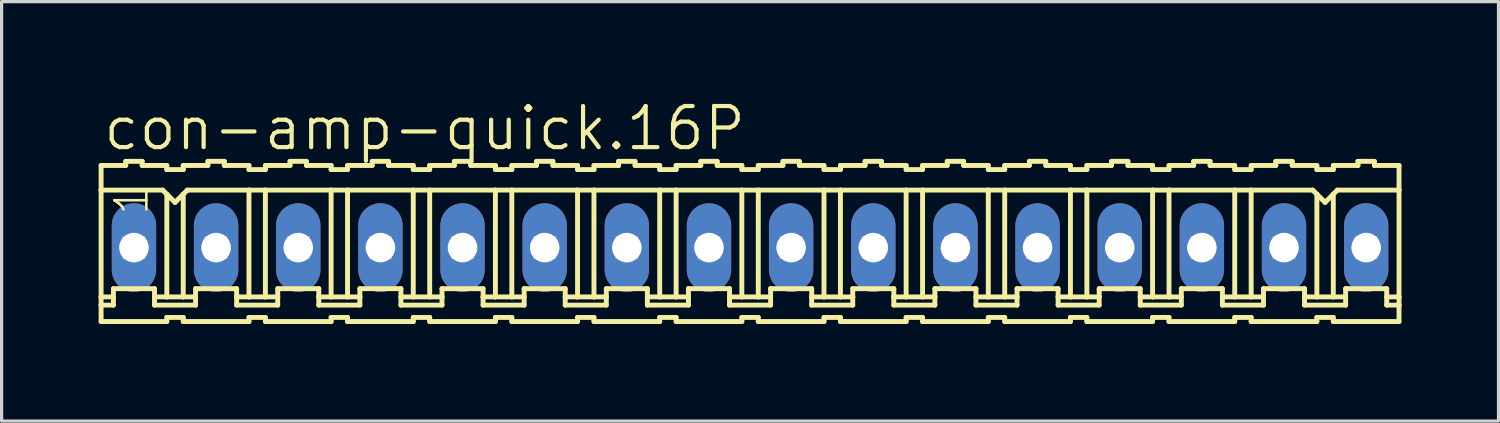
<source format=kicad_pcb>
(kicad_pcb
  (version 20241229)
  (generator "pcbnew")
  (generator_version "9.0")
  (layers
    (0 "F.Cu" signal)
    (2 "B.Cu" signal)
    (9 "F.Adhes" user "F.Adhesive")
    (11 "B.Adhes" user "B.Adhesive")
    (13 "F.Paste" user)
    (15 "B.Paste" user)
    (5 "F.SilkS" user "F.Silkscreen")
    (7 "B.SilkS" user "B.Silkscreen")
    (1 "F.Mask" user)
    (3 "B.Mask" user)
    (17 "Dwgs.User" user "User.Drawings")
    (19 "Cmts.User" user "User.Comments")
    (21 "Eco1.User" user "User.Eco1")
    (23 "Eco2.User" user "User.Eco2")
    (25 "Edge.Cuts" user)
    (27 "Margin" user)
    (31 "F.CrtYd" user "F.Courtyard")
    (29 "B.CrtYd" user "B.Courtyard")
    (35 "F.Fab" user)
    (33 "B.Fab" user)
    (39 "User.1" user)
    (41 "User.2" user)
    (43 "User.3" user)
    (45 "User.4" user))
  (footprint "con-amp-quick.16P"
    (layer "F.Cu")
    (at 20.142 4.606)
    (property "Reference" "con-amp-quick.16P" (at -20.066 -2.946 0) (layer "F.SilkS") (effects (font (size 1.27 1.27) (thickness 0.13)) (justify left bottom)))
    (attr through_hole)
    (fp_line (start -20.066 -2.54) (end -20.066 -1.778) (stroke (width 0.152) (type default)) (layer "F.SilkS"))
    (fp_line (start -20.066 -2.54) (end -19.304 -2.54) (stroke (width 0.152) (type default)) (layer "F.SilkS"))
    (fp_line (start -20.066 -1.778) (end -20.066 1.524) (stroke (width 0.152) (type default)) (layer "F.SilkS"))
    (fp_line (start -20.066 1.524) (end -20.066 1.778) (stroke (width 0.152) (type default)) (layer "F.SilkS"))
    (fp_line (start -20.066 1.778) (end -20.066 2.286) (stroke (width 0.152) (type default)) (layer "F.SilkS"))
    (fp_line (start -20.066 1.778) (end -19.685 1.778) (stroke (width 0.152) (type default)) (layer "F.SilkS"))
    (fp_line (start -19.685 1.27) (end -18.415 1.27) (stroke (width 0.152) (type default)) (layer "F.SilkS"))
    (fp_line (start -19.685 1.524) (end -20.066 1.524) (stroke (width 0.152) (type default)) (layer "F.SilkS"))
    (fp_line (start -19.685 1.524) (end -19.685 1.27) (stroke (width 0.152) (type default)) (layer "F.SilkS"))
    (fp_line (start -19.685 1.778) (end -19.685 1.524) (stroke (width 0.152) (type default)) (layer "F.SilkS"))
    (fp_line (start -19.304 -2.54) (end -19.304 -2.667) (stroke (width 0.152) (type default)) (layer "F.SilkS"))
    (fp_line (start -18.796 -2.667) (end -19.304 -2.667) (stroke (width 0.152) (type default)) (layer "F.SilkS"))
    (fp_line (start -18.796 -2.54) (end -18.796 -2.667) (stroke (width 0.152) (type default)) (layer "F.SilkS"))
    (fp_line (start -18.415 1.524) (end -18.415 1.27) (stroke (width 0.152) (type default)) (layer "F.SilkS"))
    (fp_line (start -18.415 1.524) (end -18.034 1.524) (stroke (width 0.152) (type default)) (layer "F.SilkS"))
    (fp_line (start -18.415 1.778) (end -18.415 1.524) (stroke (width 0.152) (type default)) (layer "F.SilkS"))
    (fp_line (start -18.161 -1.778) (end -20.066 -1.778) (stroke (width 0.152) (type default)) (layer "F.SilkS"))
    (fp_line (start -18.161 -1.778) (end -18.034 -1.651) (stroke (width 0.152) (type default)) (layer "F.SilkS"))
    (fp_line (start -18.034 -2.54) (end -18.796 -2.54) (stroke (width 0.152) (type default)) (layer "F.SilkS"))
    (fp_line (start -18.034 -2.413) (end -18.034 -2.54) (stroke (width 0.152) (type default)) (layer "F.SilkS"))
    (fp_line (start -18.034 -2.413) (end -17.526 -2.413) (stroke (width 0.152) (type default)) (layer "F.SilkS"))
    (fp_line (start -18.034 -1.651) (end -18.034 1.524) (stroke (width 0.152) (type default)) (layer "F.SilkS"))
    (fp_line (start -18.034 -1.651) (end -17.78 -1.397) (stroke (width 0.152) (type default)) (layer "F.SilkS"))
    (fp_line (start -18.034 1.524) (end -17.526 1.524) (stroke (width 0.152) (type default)) (layer "F.SilkS"))
    (fp_line (start -18.034 2.159) (end -18.034 2.286) (stroke (width 0.152) (type default)) (layer "F.SilkS"))
    (fp_line (start -18.034 2.286) (end -20.066 2.286) (stroke (width 0.152) (type default)) (layer "F.SilkS"))
    (fp_line (start -17.78 -1.397) (end -17.526 -1.651) (stroke (width 0.152) (type default)) (layer "F.SilkS"))
    (fp_line (start -17.526 -2.54) (end -16.764 -2.54) (stroke (width 0.152) (type default)) (layer "F.SilkS"))
    (fp_line (start -17.526 -2.413) (end -17.526 -2.54) (stroke (width 0.152) (type default)) (layer "F.SilkS"))
    (fp_line (start -17.526 -1.651) (end -17.526 1.524) (stroke (width 0.152) (type default)) (layer "F.SilkS"))
    (fp_line (start -17.526 -1.651) (end -17.399 -1.778) (stroke (width 0.152) (type default)) (layer "F.SilkS"))
    (fp_line (start -17.526 1.524) (end -17.145 1.524) (stroke (width 0.152) (type default)) (layer "F.SilkS"))
    (fp_line (start -17.526 2.159) (end -18.034 2.159) (stroke (width 0.152) (type default)) (layer "F.SilkS"))
    (fp_line (start -17.526 2.159) (end -17.526 2.286) (stroke (width 0.152) (type default)) (layer "F.SilkS"))
    (fp_line (start -17.526 2.286) (end -15.494 2.286) (stroke (width 0.152) (type default)) (layer "F.SilkS"))
    (fp_line (start -17.399 -1.778) (end -15.494 -1.778) (stroke (width 0.152) (type default)) (layer "F.SilkS"))
    (fp_line (start -17.145 1.27) (end -15.875 1.27) (stroke (width 0.152) (type default)) (layer "F.SilkS"))
    (fp_line (start -17.145 1.524) (end -17.145 1.27) (stroke (width 0.152) (type default)) (layer "F.SilkS"))
    (fp_line (start -17.145 1.778) (end -18.415 1.778) (stroke (width 0.152) (type default)) (layer "F.SilkS"))
    (fp_line (start -17.145 1.778) (end -17.145 1.524) (stroke (width 0.152) (type default)) (layer "F.SilkS"))
    (fp_line (start -16.764 -2.54) (end -16.764 -2.667) (stroke (width 0.152) (type default)) (layer "F.SilkS"))
    (fp_line (start -16.256 -2.667) (end -16.764 -2.667) (stroke (width 0.152) (type default)) (layer "F.SilkS"))
    (fp_line (start -16.256 -2.54) (end -16.256 -2.667) (stroke (width 0.152) (type default)) (layer "F.SilkS"))
    (fp_line (start -16.256 -2.54) (end -15.494 -2.54) (stroke (width 0.152) (type default)) (layer "F.SilkS"))
    (fp_line (start -15.875 1.524) (end -15.875 1.27) (stroke (width 0.152) (type default)) (layer "F.SilkS"))
    (fp_line (start -15.875 1.524) (end -15.494 1.524) (stroke (width 0.152) (type default)) (layer "F.SilkS"))
    (fp_line (start -15.875 1.778) (end -15.875 1.524) (stroke (width 0.152) (type default)) (layer "F.SilkS"))
    (fp_line (start -15.875 1.778) (end -14.605 1.778) (stroke (width 0.152) (type default)) (layer "F.SilkS"))
    (fp_line (start -15.494 -2.413) (end -15.494 -2.54) (stroke (width 0.152) (type default)) (layer "F.SilkS"))
    (fp_line (start -15.494 -1.778) (end -15.494 1.524) (stroke (width 0.152) (type default)) (layer "F.SilkS"))
    (fp_line (start -15.494 -1.778) (end -14.986 -1.778) (stroke (width 0.152) (type default)) (layer "F.SilkS"))
    (fp_line (start -15.494 1.524) (end -14.986 1.524) (stroke (width 0.152) (type default)) (layer "F.SilkS"))
    (fp_line (start -15.494 2.159) (end -15.494 2.286) (stroke (width 0.152) (type default)) (layer "F.SilkS"))
    (fp_line (start -14.986 -2.54) (end -14.224 -2.54) (stroke (width 0.152) (type default)) (layer "F.SilkS"))
    (fp_line (start -14.986 -2.413) (end -15.494 -2.413) (stroke (width 0.152) (type default)) (layer "F.SilkS"))
    (fp_line (start -14.986 -2.413) (end -14.986 -2.54) (stroke (width 0.152) (type default)) (layer "F.SilkS"))
    (fp_line (start -14.986 -1.778) (end -14.986 1.524) (stroke (width 0.152) (type default)) (layer "F.SilkS"))
    (fp_line (start -14.986 -1.778) (end -12.954 -1.778) (stroke (width 0.152) (type default)) (layer "F.SilkS"))
    (fp_line (start -14.986 1.524) (end -14.605 1.524) (stroke (width 0.152) (type default)) (layer "F.SilkS"))
    (fp_line (start -14.986 2.159) (end -15.494 2.159) (stroke (width 0.152) (type default)) (layer "F.SilkS"))
    (fp_line (start -14.986 2.159) (end -14.986 2.286) (stroke (width 0.152) (type default)) (layer "F.SilkS"))
    (fp_line (start -14.605 1.27) (end -13.335 1.27) (stroke (width 0.152) (type default)) (layer "F.SilkS"))
    (fp_line (start -14.605 1.524) (end -14.605 1.27) (stroke (width 0.152) (type default)) (layer "F.SilkS"))
    (fp_line (start -14.605 1.778) (end -14.605 1.524) (stroke (width 0.152) (type default)) (layer "F.SilkS"))
    (fp_line (start -14.224 -2.54) (end -14.224 -2.667) (stroke (width 0.152) (type default)) (layer "F.SilkS"))
    (fp_line (start -13.716 -2.667) (end -14.224 -2.667) (stroke (width 0.152) (type default)) (layer "F.SilkS"))
    (fp_line (start -13.716 -2.54) (end -13.716 -2.667) (stroke (width 0.152) (type default)) (layer "F.SilkS"))
    (fp_line (start -13.716 -2.54) (end -12.954 -2.54) (stroke (width 0.152) (type default)) (layer "F.SilkS"))
    (fp_line (start -13.335 1.524) (end -13.335 1.27) (stroke (width 0.152) (type default)) (layer "F.SilkS"))
    (fp_line (start -13.335 1.524) (end -12.954 1.524) (stroke (width 0.152) (type default)) (layer "F.SilkS"))
    (fp_line (start -13.335 1.778) (end -13.335 1.524) (stroke (width 0.152) (type default)) (layer "F.SilkS"))
    (fp_line (start -12.954 -2.54) (end -12.954 -2.413) (stroke (width 0.152) (type default)) (layer "F.SilkS"))
    (fp_line (start -12.954 -1.778) (end -12.954 1.524) (stroke (width 0.152) (type default)) (layer "F.SilkS"))
    (fp_line (start -12.954 2.159) (end -12.954 2.286) (stroke (width 0.152) (type default)) (layer "F.SilkS"))
    (fp_line (start -12.954 2.286) (end -14.986 2.286) (stroke (width 0.152) (type default)) (layer "F.SilkS"))
    (fp_line (start -12.446 -2.54) (end -12.446 -2.413) (stroke (width 0.152) (type default)) (layer "F.SilkS"))
    (fp_line (start -12.446 -2.54) (end -11.684 -2.54) (stroke (width 0.152) (type default)) (layer "F.SilkS"))
    (fp_line (start -12.446 -2.413) (end -12.954 -2.413) (stroke (width 0.152) (type default)) (layer "F.SilkS"))
    (fp_line (start -12.446 -1.778) (end -12.954 -1.778) (stroke (width 0.152) (type default)) (layer "F.SilkS"))
    (fp_line (start -12.446 -1.778) (end -12.446 1.524) (stroke (width 0.152) (type default)) (layer "F.SilkS"))
    (fp_line (start -12.446 -1.778) (end -10.414 -1.778) (stroke (width 0.152) (type default)) (layer "F.SilkS"))
    (fp_line (start -12.446 1.524) (end -12.954 1.524) (stroke (width 0.152) (type default)) (layer "F.SilkS"))
    (fp_line (start -12.446 2.159) (end -12.954 2.159) (stroke (width 0.152) (type default)) (layer "F.SilkS"))
    (fp_line (start -12.446 2.159) (end -12.446 2.286) (stroke (width 0.152) (type default)) (layer "F.SilkS"))
    (fp_line (start -12.065 1.27) (end -10.795 1.27) (stroke (width 0.152) (type default)) (layer "F.SilkS"))
    (fp_line (start -12.065 1.524) (end -12.446 1.524) (stroke (width 0.152) (type default)) (layer "F.SilkS"))
    (fp_line (start -12.065 1.524) (end -12.065 1.27) (stroke (width 0.152) (type default)) (layer "F.SilkS"))
    (fp_line (start -12.065 1.778) (end -13.335 1.778) (stroke (width 0.152) (type default)) (layer "F.SilkS"))
    (fp_line (start -12.065 1.778) (end -12.065 1.524) (stroke (width 0.152) (type default)) (layer "F.SilkS"))
    (fp_line (start -11.684 -2.54) (end -11.684 -2.667) (stroke (width 0.152) (type default)) (layer "F.SilkS"))
    (fp_line (start -11.176 -2.667) (end -11.684 -2.667) (stroke (width 0.152) (type default)) (layer "F.SilkS"))
    (fp_line (start -11.176 -2.54) (end -11.176 -2.667) (stroke (width 0.152) (type default)) (layer "F.SilkS"))
    (fp_line (start -10.795 1.524) (end -10.795 1.27) (stroke (width 0.152) (type default)) (layer "F.SilkS"))
    (fp_line (start -10.795 1.524) (end -10.414 1.524) (stroke (width 0.152) (type default)) (layer "F.SilkS"))
    (fp_line (start -10.795 1.778) (end -10.795 1.524) (stroke (width 0.152) (type default)) (layer "F.SilkS"))
    (fp_line (start -10.414 -2.54) (end -11.176 -2.54) (stroke (width 0.152) (type default)) (layer "F.SilkS"))
    (fp_line (start -10.414 -2.413) (end -10.414 -2.54) (stroke (width 0.152) (type default)) (layer "F.SilkS"))
    (fp_line (start -10.414 -2.413) (end -9.906 -2.413) (stroke (width 0.152) (type default)) (layer "F.SilkS"))
    (fp_line (start -10.414 -1.778) (end -10.414 1.524) (stroke (width 0.152) (type default)) (layer "F.SilkS"))
    (fp_line (start -10.414 -1.778) (end -9.906 -1.778) (stroke (width 0.152) (type default)) (layer "F.SilkS"))
    (fp_line (start -10.414 1.524) (end -9.906 1.524) (stroke (width 0.152) (type default)) (layer "F.SilkS"))
    (fp_line (start -10.414 2.159) (end -10.414 2.286) (stroke (width 0.152) (type default)) (layer "F.SilkS"))
    (fp_line (start -10.414 2.286) (end -12.446 2.286) (stroke (width 0.152) (type default)) (layer "F.SilkS"))
    (fp_line (start -9.906 -2.54) (end -9.144 -2.54) (stroke (width 0.152) (type default)) (layer "F.SilkS"))
    (fp_line (start -9.906 -2.413) (end -9.906 -2.54) (stroke (width 0.152) (type default)) (layer "F.SilkS"))
    (fp_line (start -9.906 -1.778) (end -9.906 1.524) (stroke (width 0.152) (type default)) (layer "F.SilkS"))
    (fp_line (start -9.906 -1.778) (end -7.874 -1.778) (stroke (width 0.152) (type default)) (layer "F.SilkS"))
    (fp_line (start -9.906 1.524) (end -9.525 1.524) (stroke (width 0.152) (type default)) (layer "F.SilkS"))
    (fp_line (start -9.906 2.159) (end -10.414 2.159) (stroke (width 0.152) (type default)) (layer "F.SilkS"))
    (fp_line (start -9.906 2.159) (end -9.906 2.286) (stroke (width 0.152) (type default)) (layer "F.SilkS"))
    (fp_line (start -9.525 1.27) (end -8.255 1.27) (stroke (width 0.152) (type default)) (layer "F.SilkS"))
    (fp_line (start -9.525 1.524) (end -9.525 1.27) (stroke (width 0.152) (type default)) (layer "F.SilkS"))
    (fp_line (start -9.525 1.778) (end -10.795 1.778) (stroke (width 0.152) (type default)) (layer "F.SilkS"))
    (fp_line (start -9.525 1.778) (end -9.525 1.524) (stroke (width 0.152) (type default)) (layer "F.SilkS"))
    (fp_line (start -9.144 -2.54) (end -9.144 -2.667) (stroke (width 0.152) (type default)) (layer "F.SilkS"))
    (fp_line (start -8.636 -2.667) (end -9.144 -2.667) (stroke (width 0.152) (type default)) (layer "F.SilkS"))
    (fp_line (start -8.636 -2.54) (end -8.636 -2.667) (stroke (width 0.152) (type default)) (layer "F.SilkS"))
    (fp_line (start -8.255 1.524) (end -8.255 1.27) (stroke (width 0.152) (type default)) (layer "F.SilkS"))
    (fp_line (start -8.255 1.524) (end -7.874 1.524) (stroke (width 0.152) (type default)) (layer "F.SilkS"))
    (fp_line (start -8.255 1.778) (end -8.255 1.524) (stroke (width 0.152) (type default)) (layer "F.SilkS"))
    (fp_line (start -7.874 -2.54) (end -8.636 -2.54) (stroke (width 0.152) (type default)) (layer "F.SilkS"))
    (fp_line (start -7.874 -2.413) (end -7.874 -2.54) (stroke (width 0.152) (type default)) (layer "F.SilkS"))
    (fp_line (start -7.874 -2.413) (end -7.366 -2.413) (stroke (width 0.152) (type default)) (layer "F.SilkS"))
    (fp_line (start -7.874 -1.778) (end -7.874 1.524) (stroke (width 0.152) (type default)) (layer "F.SilkS"))
    (fp_line (start -7.874 -1.778) (end -7.366 -1.778) (stroke (width 0.152) (type default)) (layer "F.SilkS"))
    (fp_line (start -7.874 1.524) (end -7.366 1.524) (stroke (width 0.152) (type default)) (layer "F.SilkS"))
    (fp_line (start -7.874 2.159) (end -7.874 2.286) (stroke (width 0.152) (type default)) (layer "F.SilkS"))
    (fp_line (start -7.874 2.286) (end -9.906 2.286) (stroke (width 0.152) (type default)) (layer "F.SilkS"))
    (fp_line (start -7.366 -2.54) (end -6.604 -2.54) (stroke (width 0.152) (type default)) (layer "F.SilkS"))
    (fp_line (start -7.366 -2.413) (end -7.366 -2.54) (stroke (width 0.152) (type default)) (layer "F.SilkS"))
    (fp_line (start -7.366 -1.778) (end -7.366 1.524) (stroke (width 0.152) (type default)) (layer "F.SilkS"))
    (fp_line (start -7.366 -1.778) (end -5.334 -1.778) (stroke (width 0.152) (type default)) (layer "F.SilkS"))
    (fp_line (start -7.366 1.524) (end -6.985 1.524) (stroke (width 0.152) (type default)) (layer "F.SilkS"))
    (fp_line (start -7.366 2.159) (end -7.874 2.159) (stroke (width 0.152) (type default)) (layer "F.SilkS"))
    (fp_line (start -7.366 2.159) (end -7.366 2.286) (stroke (width 0.152) (type default)) (layer "F.SilkS"))
    (fp_line (start -6.985 1.27) (end -5.715 1.27) (stroke (width 0.152) (type default)) (layer "F.SilkS"))
    (fp_line (start -6.985 1.524) (end -6.985 1.27) (stroke (width 0.152) (type default)) (layer "F.SilkS"))
    (fp_line (start -6.985 1.778) (end -8.255 1.778) (stroke (width 0.152) (type default)) (layer "F.SilkS"))
    (fp_line (start -6.985 1.778) (end -6.985 1.524) (stroke (width 0.152) (type default)) (layer "F.SilkS"))
    (fp_line (start -6.604 -2.54) (end -6.604 -2.667) (stroke (width 0.152) (type default)) (layer "F.SilkS"))
    (fp_line (start -6.096 -2.667) (end -6.604 -2.667) (stroke (width 0.152) (type default)) (layer "F.SilkS"))
    (fp_line (start -6.096 -2.54) (end -6.096 -2.667) (stroke (width 0.152) (type default)) (layer "F.SilkS"))
    (fp_line (start -5.715 1.524) (end -5.715 1.27) (stroke (width 0.152) (type default)) (layer "F.SilkS"))
    (fp_line (start -5.715 1.524) (end -5.334 1.524) (stroke (width 0.152) (type default)) (layer "F.SilkS"))
    (fp_line (start -5.715 1.778) (end -5.715 1.524) (stroke (width 0.152) (type default)) (layer "F.SilkS"))
    (fp_line (start -5.334 -2.54) (end -6.096 -2.54) (stroke (width 0.152) (type default)) (layer "F.SilkS"))
    (fp_line (start -5.334 -2.413) (end -5.334 -2.54) (stroke (width 0.152) (type default)) (layer "F.SilkS"))
    (fp_line (start -5.334 -2.413) (end -4.826 -2.413) (stroke (width 0.152) (type default)) (layer "F.SilkS"))
    (fp_line (start -5.334 -1.778) (end -5.334 1.524) (stroke (width 0.152) (type default)) (layer "F.SilkS"))
    (fp_line (start -5.334 -1.778) (end -4.826 -1.778) (stroke (width 0.152) (type default)) (layer "F.SilkS"))
    (fp_line (start -5.334 1.524) (end -4.826 1.524) (stroke (width 0.152) (type default)) (layer "F.SilkS"))
    (fp_line (start -5.334 2.159) (end -5.334 2.286) (stroke (width 0.152) (type default)) (layer "F.SilkS"))
    (fp_line (start -5.334 2.286) (end -7.366 2.286) (stroke (width 0.152) (type default)) (layer "F.SilkS"))
    (fp_line (start -4.826 -2.54) (end -4.064 -2.54) (stroke (width 0.152) (type default)) (layer "F.SilkS"))
    (fp_line (start -4.826 -2.413) (end -4.826 -2.54) (stroke (width 0.152) (type default)) (layer "F.SilkS"))
    (fp_line (start -4.826 -1.778) (end -4.826 1.524) (stroke (width 0.152) (type default)) (layer "F.SilkS"))
    (fp_line (start -4.826 -1.778) (end -2.794 -1.778) (stroke (width 0.152) (type default)) (layer "F.SilkS"))
    (fp_line (start -4.826 1.524) (end -4.445 1.524) (stroke (width 0.152) (type default)) (layer "F.SilkS"))
    (fp_line (start -4.826 2.159) (end -5.334 2.159) (stroke (width 0.152) (type default)) (layer "F.SilkS"))
    (fp_line (start -4.826 2.159) (end -4.826 2.286) (stroke (width 0.152) (type default)) (layer "F.SilkS"))
    (fp_line (start -4.445 1.27) (end -3.175 1.27) (stroke (width 0.152) (type default)) (layer "F.SilkS"))
    (fp_line (start -4.445 1.524) (end -4.445 1.27) (stroke (width 0.152) (type default)) (layer "F.SilkS"))
    (fp_line (start -4.445 1.778) (end -5.715 1.778) (stroke (width 0.152) (type default)) (layer "F.SilkS"))
    (fp_line (start -4.445 1.778) (end -4.445 1.524) (stroke (width 0.152) (type default)) (layer "F.SilkS"))
    (fp_line (start -4.064 -2.54) (end -4.064 -2.667) (stroke (width 0.152) (type default)) (layer "F.SilkS"))
    (fp_line (start -3.556 -2.667) (end -4.064 -2.667) (stroke (width 0.152) (type default)) (layer "F.SilkS"))
    (fp_line (start -3.556 -2.54) (end -3.556 -2.667) (stroke (width 0.152) (type default)) (layer "F.SilkS"))
    (fp_line (start -3.175 1.524) (end -3.175 1.27) (stroke (width 0.152) (type default)) (layer "F.SilkS"))
    (fp_line (start -3.175 1.524) (end -2.794 1.524) (stroke (width 0.152) (type default)) (layer "F.SilkS"))
    (fp_line (start -3.175 1.778) (end -3.175 1.524) (stroke (width 0.152) (type default)) (layer "F.SilkS"))
    (fp_line (start -2.794 -2.54) (end -3.556 -2.54) (stroke (width 0.152) (type default)) (layer "F.SilkS"))
    (fp_line (start -2.794 -2.413) (end -2.794 -2.54) (stroke (width 0.152) (type default)) (layer "F.SilkS"))
    (fp_line (start -2.794 -2.413) (end -2.286 -2.413) (stroke (width 0.152) (type default)) (layer "F.SilkS"))
    (fp_line (start -2.794 -1.778) (end -2.794 1.524) (stroke (width 0.152) (type default)) (layer "F.SilkS"))
    (fp_line (start -2.794 -1.778) (end -2.286 -1.778) (stroke (width 0.152) (type default)) (layer "F.SilkS"))
    (fp_line (start -2.794 1.524) (end -2.286 1.524) (stroke (width 0.152) (type default)) (layer "F.SilkS"))
    (fp_line (start -2.794 2.159) (end -2.794 2.286) (stroke (width 0.152) (type default)) (layer "F.SilkS"))
    (fp_line (start -2.794 2.286) (end -4.826 2.286) (stroke (width 0.152) (type default)) (layer "F.SilkS"))
    (fp_line (start -2.286 -2.54) (end -1.524 -2.54) (stroke (width 0.152) (type default)) (layer "F.SilkS"))
    (fp_line (start -2.286 -2.413) (end -2.286 -2.54) (stroke (width 0.152) (type default)) (layer "F.SilkS"))
    (fp_line (start -2.286 -1.778) (end -2.286 1.524) (stroke (width 0.152) (type default)) (layer "F.SilkS"))
    (fp_line (start -2.286 -1.778) (end -0.254 -1.778) (stroke (width 0.152) (type default)) (layer "F.SilkS"))
    (fp_line (start -2.286 1.524) (end -1.905 1.524) (stroke (width 0.152) (type default)) (layer "F.SilkS"))
    (fp_line (start -2.286 2.159) (end -2.794 2.159) (stroke (width 0.152) (type default)) (layer "F.SilkS"))
    (fp_line (start -2.286 2.159) (end -2.286 2.286) (stroke (width 0.152) (type default)) (layer "F.SilkS"))
    (fp_line (start -1.905 1.27) (end -0.635 1.27) (stroke (width 0.152) (type default)) (layer "F.SilkS"))
    (fp_line (start -1.905 1.524) (end -1.905 1.27) (stroke (width 0.152) (type default)) (layer "F.SilkS"))
    (fp_line (start -1.905 1.778) (end -3.175 1.778) (stroke (width 0.152) (type default)) (layer "F.SilkS"))
    (fp_line (start -1.905 1.778) (end -1.905 1.524) (stroke (width 0.152) (type default)) (layer "F.SilkS"))
    (fp_line (start -1.524 -2.54) (end -1.524 -2.667) (stroke (width 0.152) (type default)) (layer "F.SilkS"))
    (fp_line (start -1.016 -2.667) (end -1.524 -2.667) (stroke (width 0.152) (type default)) (layer "F.SilkS"))
    (fp_line (start -1.016 -2.54) (end -1.016 -2.667) (stroke (width 0.152) (type default)) (layer "F.SilkS"))
    (fp_line (start -0.635 1.524) (end -0.635 1.27) (stroke (width 0.152) (type default)) (layer "F.SilkS"))
    (fp_line (start -0.635 1.524) (end -0.254 1.524) (stroke (width 0.152) (type default)) (layer "F.SilkS"))
    (fp_line (start -0.635 1.778) (end -0.635 1.524) (stroke (width 0.152) (type default)) (layer "F.SilkS"))
    (fp_line (start -0.254 -2.54) (end -1.016 -2.54) (stroke (width 0.152) (type default)) (layer "F.SilkS"))
    (fp_line (start -0.254 -2.413) (end -0.254 -2.54) (stroke (width 0.152) (type default)) (layer "F.SilkS"))
    (fp_line (start -0.254 -2.413) (end 0.254 -2.413) (stroke (width 0.152) (type default)) (layer "F.SilkS"))
    (fp_line (start -0.254 -1.778) (end -0.254 1.524) (stroke (width 0.152) (type default)) (layer "F.SilkS"))
    (fp_line (start -0.254 -1.778) (end 0.254 -1.778) (stroke (width 0.152) (type default)) (layer "F.SilkS"))
    (fp_line (start -0.254 1.524) (end 0.254 1.524) (stroke (width 0.152) (type default)) (layer "F.SilkS"))
    (fp_line (start -0.254 2.159) (end -0.254 2.286) (stroke (width 0.152) (type default)) (layer "F.SilkS"))
    (fp_line (start -0.254 2.286) (end -2.286 2.286) (stroke (width 0.152) (type default)) (layer "F.SilkS"))
    (fp_line (start 0.254 -2.54) (end 1.016 -2.54) (stroke (width 0.152) (type default)) (layer "F.SilkS"))
    (fp_line (start 0.254 -2.413) (end 0.254 -2.54) (stroke (width 0.152) (type default)) (layer "F.SilkS"))
    (fp_line (start 0.254 -1.778) (end 0.254 1.524) (stroke (width 0.152) (type default)) (layer "F.SilkS"))
    (fp_line (start 0.254 -1.778) (end 2.286 -1.778) (stroke (width 0.152) (type default)) (layer "F.SilkS"))
    (fp_line (start 0.254 1.524) (end 0.635 1.524) (stroke (width 0.152) (type default)) (layer "F.SilkS"))
    (fp_line (start 0.254 2.159) (end -0.254 2.159) (stroke (width 0.152) (type default)) (layer "F.SilkS"))
    (fp_line (start 0.254 2.159) (end 0.254 2.286) (stroke (width 0.152) (type default)) (layer "F.SilkS"))
    (fp_line (start 0.635 1.27) (end 1.905 1.27) (stroke (width 0.152) (type default)) (layer "F.SilkS"))
    (fp_line (start 0.635 1.524) (end 0.635 1.27) (stroke (width 0.152) (type default)) (layer "F.SilkS"))
    (fp_line (start 0.635 1.778) (end -0.635 1.778) (stroke (width 0.152) (type default)) (layer "F.SilkS"))
    (fp_line (start 0.635 1.778) (end 0.635 1.524) (stroke (width 0.152) (type default)) (layer "F.SilkS"))
    (fp_line (start 1.016 -2.54) (end 1.016 -2.667) (stroke (width 0.152) (type default)) (layer "F.SilkS"))
    (fp_line (start 1.524 -2.667) (end 1.016 -2.667) (stroke (width 0.152) (type default)) (layer "F.SilkS"))
    (fp_line (start 1.524 -2.54) (end 1.524 -2.667) (stroke (width 0.152) (type default)) (layer "F.SilkS"))
    (fp_line (start 1.905 1.524) (end 1.905 1.27) (stroke (width 0.152) (type default)) (layer "F.SilkS"))
    (fp_line (start 1.905 1.524) (end 2.286 1.524) (stroke (width 0.152) (type default)) (layer "F.SilkS"))
    (fp_line (start 1.905 1.778) (end 1.905 1.524) (stroke (width 0.152) (type default)) (layer "F.SilkS"))
    (fp_line (start 2.286 -2.54) (end 1.524 -2.54) (stroke (width 0.152) (type default)) (layer "F.SilkS"))
    (fp_line (start 2.286 -2.413) (end 2.286 -2.54) (stroke (width 0.152) (type default)) (layer "F.SilkS"))
    (fp_line (start 2.286 -2.413) (end 2.794 -2.413) (stroke (width 0.152) (type default)) (layer "F.SilkS"))
    (fp_line (start 2.286 -1.778) (end 2.286 1.524) (stroke (width 0.152) (type default)) (layer "F.SilkS"))
    (fp_line (start 2.286 -1.778) (end 2.794 -1.778) (stroke (width 0.152) (type default)) (layer "F.SilkS"))
    (fp_line (start 2.286 1.524) (end 2.794 1.524) (stroke (width 0.152) (type default)) (layer "F.SilkS"))
    (fp_line (start 2.286 2.159) (end 2.286 2.286) (stroke (width 0.152) (type default)) (layer "F.SilkS"))
    (fp_line (start 2.286 2.286) (end 0.254 2.286) (stroke (width 0.152) (type default)) (layer "F.SilkS"))
    (fp_line (start 2.794 -2.54) (end 3.556 -2.54) (stroke (width 0.152) (type default)) (layer "F.SilkS"))
    (fp_line (start 2.794 -2.413) (end 2.794 -2.54) (stroke (width 0.152) (type default)) (layer "F.SilkS"))
    (fp_line (start 2.794 -1.778) (end 2.794 1.524) (stroke (width 0.152) (type default)) (layer "F.SilkS"))
    (fp_line (start 2.794 -1.778) (end 4.826 -1.778) (stroke (width 0.152) (type default)) (layer "F.SilkS"))
    (fp_line (start 2.794 1.524) (end 3.175 1.524) (stroke (width 0.152) (type default)) (layer "F.SilkS"))
    (fp_line (start 2.794 2.159) (end 2.286 2.159) (stroke (width 0.152) (type default)) (layer "F.SilkS"))
    (fp_line (start 2.794 2.159) (end 2.794 2.286) (stroke (width 0.152) (type default)) (layer "F.SilkS"))
    (fp_line (start 3.175 1.27) (end 4.445 1.27) (stroke (width 0.152) (type default)) (layer "F.SilkS"))
    (fp_line (start 3.175 1.524) (end 3.175 1.27) (stroke (width 0.152) (type default)) (layer "F.SilkS"))
    (fp_line (start 3.175 1.778) (end 1.905 1.778) (stroke (width 0.152) (type default)) (layer "F.SilkS"))
    (fp_line (start 3.175 1.778) (end 3.175 1.524) (stroke (width 0.152) (type default)) (layer "F.SilkS"))
    (fp_line (start 3.556 -2.54) (end 3.556 -2.667) (stroke (width 0.152) (type default)) (layer "F.SilkS"))
    (fp_line (start 4.064 -2.667) (end 3.556 -2.667) (stroke (width 0.152) (type default)) (layer "F.SilkS"))
    (fp_line (start 4.064 -2.54) (end 4.064 -2.667) (stroke (width 0.152) (type default)) (layer "F.SilkS"))
    (fp_line (start 4.445 1.524) (end 4.445 1.27) (stroke (width 0.152) (type default)) (layer "F.SilkS"))
    (fp_line (start 4.445 1.524) (end 4.826 1.524) (stroke (width 0.152) (type default)) (layer "F.SilkS"))
    (fp_line (start 4.445 1.778) (end 4.445 1.524) (stroke (width 0.152) (type default)) (layer "F.SilkS"))
    (fp_line (start 4.826 -2.54) (end 4.064 -2.54) (stroke (width 0.152) (type default)) (layer "F.SilkS"))
    (fp_line (start 4.826 -2.413) (end 4.826 -2.54) (stroke (width 0.152) (type default)) (layer "F.SilkS"))
    (fp_line (start 4.826 -2.413) (end 5.334 -2.413) (stroke (width 0.152) (type default)) (layer "F.SilkS"))
    (fp_line (start 4.826 -1.778) (end 4.826 1.524) (stroke (width 0.152) (type default)) (layer "F.SilkS"))
    (fp_line (start 4.826 -1.778) (end 5.334 -1.778) (stroke (width 0.152) (type default)) (layer "F.SilkS"))
    (fp_line (start 4.826 1.524) (end 5.334 1.524) (stroke (width 0.152) (type default)) (layer "F.SilkS"))
    (fp_line (start 4.826 2.159) (end 4.826 2.286) (stroke (width 0.152) (type default)) (layer "F.SilkS"))
    (fp_line (start 4.826 2.286) (end 2.794 2.286) (stroke (width 0.152) (type default)) (layer "F.SilkS"))
    (fp_line (start 5.334 -2.54) (end 6.096 -2.54) (stroke (width 0.152) (type default)) (layer "F.SilkS"))
    (fp_line (start 5.334 -2.413) (end 5.334 -2.54) (stroke (width 0.152) (type default)) (layer "F.SilkS"))
    (fp_line (start 5.334 -1.778) (end 5.334 1.524) (stroke (width 0.152) (type default)) (layer "F.SilkS"))
    (fp_line (start 5.334 -1.778) (end 7.366 -1.778) (stroke (width 0.152) (type default)) (layer "F.SilkS"))
    (fp_line (start 5.334 1.524) (end 5.715 1.524) (stroke (width 0.152) (type default)) (layer "F.SilkS"))
    (fp_line (start 5.334 2.159) (end 4.826 2.159) (stroke (width 0.152) (type default)) (layer "F.SilkS"))
    (fp_line (start 5.334 2.159) (end 5.334 2.286) (stroke (width 0.152) (type default)) (layer "F.SilkS"))
    (fp_line (start 5.715 1.27) (end 6.985 1.27) (stroke (width 0.152) (type default)) (layer "F.SilkS"))
    (fp_line (start 5.715 1.524) (end 5.715 1.27) (stroke (width 0.152) (type default)) (layer "F.SilkS"))
    (fp_line (start 5.715 1.778) (end 4.445 1.778) (stroke (width 0.152) (type default)) (layer "F.SilkS"))
    (fp_line (start 5.715 1.778) (end 5.715 1.524) (stroke (width 0.152) (type default)) (layer "F.SilkS"))
    (fp_line (start 6.096 -2.54) (end 6.096 -2.667) (stroke (width 0.152) (type default)) (layer "F.SilkS"))
    (fp_line (start 6.604 -2.667) (end 6.096 -2.667) (stroke (width 0.152) (type default)) (layer "F.SilkS"))
    (fp_line (start 6.604 -2.54) (end 6.604 -2.667) (stroke (width 0.152) (type default)) (layer "F.SilkS"))
    (fp_line (start 6.985 1.524) (end 6.985 1.27) (stroke (width 0.152) (type default)) (layer "F.SilkS"))
    (fp_line (start 6.985 1.524) (end 7.366 1.524) (stroke (width 0.152) (type default)) (layer "F.SilkS"))
    (fp_line (start 6.985 1.778) (end 6.985 1.524) (stroke (width 0.152) (type default)) (layer "F.SilkS"))
    (fp_line (start 7.366 -2.54) (end 6.604 -2.54) (stroke (width 0.152) (type default)) (layer "F.SilkS"))
    (fp_line (start 7.366 -2.413) (end 7.366 -2.54) (stroke (width 0.152) (type default)) (layer "F.SilkS"))
    (fp_line (start 7.366 -2.413) (end 7.874 -2.413) (stroke (width 0.152) (type default)) (layer "F.SilkS"))
    (fp_line (start 7.366 -1.778) (end 7.366 1.524) (stroke (width 0.152) (type default)) (layer "F.SilkS"))
    (fp_line (start 7.366 -1.778) (end 7.874 -1.778) (stroke (width 0.152) (type default)) (layer "F.SilkS"))
    (fp_line (start 7.366 1.524) (end 7.874 1.524) (stroke (width 0.152) (type default)) (layer "F.SilkS"))
    (fp_line (start 7.366 2.159) (end 7.366 2.286) (stroke (width 0.152) (type default)) (layer "F.SilkS"))
    (fp_line (start 7.366 2.286) (end 5.334 2.286) (stroke (width 0.152) (type default)) (layer "F.SilkS"))
    (fp_line (start 7.874 -2.54) (end 8.636 -2.54) (stroke (width 0.152) (type default)) (layer "F.SilkS"))
    (fp_line (start 7.874 -2.413) (end 7.874 -2.54) (stroke (width 0.152) (type default)) (layer "F.SilkS"))
    (fp_line (start 7.874 -1.778) (end 7.874 1.524) (stroke (width 0.152) (type default)) (layer "F.SilkS"))
    (fp_line (start 7.874 -1.778) (end 9.906 -1.778) (stroke (width 0.152) (type default)) (layer "F.SilkS"))
    (fp_line (start 7.874 1.524) (end 8.255 1.524) (stroke (width 0.152) (type default)) (layer "F.SilkS"))
    (fp_line (start 7.874 2.159) (end 7.366 2.159) (stroke (width 0.152) (type default)) (layer "F.SilkS"))
    (fp_line (start 7.874 2.159) (end 7.874 2.286) (stroke (width 0.152) (type default)) (layer "F.SilkS"))
    (fp_line (start 8.255 1.27) (end 9.525 1.27) (stroke (width 0.152) (type default)) (layer "F.SilkS"))
    (fp_line (start 8.255 1.524) (end 8.255 1.27) (stroke (width 0.152) (type default)) (layer "F.SilkS"))
    (fp_line (start 8.255 1.778) (end 6.985 1.778) (stroke (width 0.152) (type default)) (layer "F.SilkS"))
    (fp_line (start 8.255 1.778) (end 8.255 1.524) (stroke (width 0.152) (type default)) (layer "F.SilkS"))
    (fp_line (start 8.636 -2.54) (end 8.636 -2.667) (stroke (width 0.152) (type default)) (layer "F.SilkS"))
    (fp_line (start 9.144 -2.667) (end 8.636 -2.667) (stroke (width 0.152) (type default)) (layer "F.SilkS"))
    (fp_line (start 9.144 -2.54) (end 9.144 -2.667) (stroke (width 0.152) (type default)) (layer "F.SilkS"))
    (fp_line (start 9.525 1.524) (end 9.525 1.27) (stroke (width 0.152) (type default)) (layer "F.SilkS"))
    (fp_line (start 9.525 1.524) (end 9.906 1.524) (stroke (width 0.152) (type default)) (layer "F.SilkS"))
    (fp_line (start 9.525 1.778) (end 9.525 1.524) (stroke (width 0.152) (type default)) (layer "F.SilkS"))
    (fp_line (start 9.906 -2.54) (end 9.144 -2.54) (stroke (width 0.152) (type default)) (layer "F.SilkS"))
    (fp_line (start 9.906 -2.413) (end 9.906 -2.54) (stroke (width 0.152) (type default)) (layer "F.SilkS"))
    (fp_line (start 9.906 -2.413) (end 10.414 -2.413) (stroke (width 0.152) (type default)) (layer "F.SilkS"))
    (fp_line (start 9.906 -1.778) (end 9.906 1.524) (stroke (width 0.152) (type default)) (layer "F.SilkS"))
    (fp_line (start 9.906 -1.778) (end 10.414 -1.778) (stroke (width 0.152) (type default)) (layer "F.SilkS"))
    (fp_line (start 9.906 1.524) (end 10.414 1.524) (stroke (width 0.152) (type default)) (layer "F.SilkS"))
    (fp_line (start 9.906 2.159) (end 9.906 2.286) (stroke (width 0.152) (type default)) (layer "F.SilkS"))
    (fp_line (start 9.906 2.286) (end 7.874 2.286) (stroke (width 0.152) (type default)) (layer "F.SilkS"))
    (fp_line (start 10.414 -2.54) (end 11.176 -2.54) (stroke (width 0.152) (type default)) (layer "F.SilkS"))
    (fp_line (start 10.414 -2.413) (end 10.414 -2.54) (stroke (width 0.152) (type default)) (layer "F.SilkS"))
    (fp_line (start 10.414 -1.778) (end 10.414 1.524) (stroke (width 0.152) (type default)) (layer "F.SilkS"))
    (fp_line (start 10.414 -1.778) (end 12.446 -1.778) (stroke (width 0.152) (type default)) (layer "F.SilkS"))
    (fp_line (start 10.414 1.524) (end 10.795 1.524) (stroke (width 0.152) (type default)) (layer "F.SilkS"))
    (fp_line (start 10.414 2.159) (end 9.906 2.159) (stroke (width 0.152) (type default)) (layer "F.SilkS"))
    (fp_line (start 10.414 2.159) (end 10.414 2.286) (stroke (width 0.152) (type default)) (layer "F.SilkS"))
    (fp_line (start 10.795 1.27) (end 12.065 1.27) (stroke (width 0.152) (type default)) (layer "F.SilkS"))
    (fp_line (start 10.795 1.524) (end 10.795 1.27) (stroke (width 0.152) (type default)) (layer "F.SilkS"))
    (fp_line (start 10.795 1.778) (end 9.525 1.778) (stroke (width 0.152) (type default)) (layer "F.SilkS"))
    (fp_line (start 10.795 1.778) (end 10.795 1.524) (stroke (width 0.152) (type default)) (layer "F.SilkS"))
    (fp_line (start 11.176 -2.54) (end 11.176 -2.667) (stroke (width 0.152) (type default)) (layer "F.SilkS"))
    (fp_line (start 11.684 -2.667) (end 11.176 -2.667) (stroke (width 0.152) (type default)) (layer "F.SilkS"))
    (fp_line (start 11.684 -2.54) (end 11.684 -2.667) (stroke (width 0.152) (type default)) (layer "F.SilkS"))
    (fp_line (start 12.065 1.524) (end 12.065 1.27) (stroke (width 0.152) (type default)) (layer "F.SilkS"))
    (fp_line (start 12.065 1.524) (end 12.446 1.524) (stroke (width 0.152) (type default)) (layer "F.SilkS"))
    (fp_line (start 12.065 1.778) (end 12.065 1.524) (stroke (width 0.152) (type default)) (layer "F.SilkS"))
    (fp_line (start 12.446 -2.54) (end 11.684 -2.54) (stroke (width 0.152) (type default)) (layer "F.SilkS"))
    (fp_line (start 12.446 -2.413) (end 12.446 -2.54) (stroke (width 0.152) (type default)) (layer "F.SilkS"))
    (fp_line (start 12.446 -2.413) (end 12.954 -2.413) (stroke (width 0.152) (type default)) (layer "F.SilkS"))
    (fp_line (start 12.446 -1.778) (end 12.446 1.524) (stroke (width 0.152) (type default)) (layer "F.SilkS"))
    (fp_line (start 12.446 -1.778) (end 12.954 -1.778) (stroke (width 0.152) (type default)) (layer "F.SilkS"))
    (fp_line (start 12.446 1.524) (end 12.954 1.524) (stroke (width 0.152) (type default)) (layer "F.SilkS"))
    (fp_line (start 12.446 2.159) (end 12.446 2.286) (stroke (width 0.152) (type default)) (layer "F.SilkS"))
    (fp_line (start 12.446 2.286) (end 10.414 2.286) (stroke (width 0.152) (type default)) (layer "F.SilkS"))
    (fp_line (start 12.954 -2.54) (end 13.716 -2.54) (stroke (width 0.152) (type default)) (layer "F.SilkS"))
    (fp_line (start 12.954 -2.413) (end 12.954 -2.54) (stroke (width 0.152) (type default)) (layer "F.SilkS"))
    (fp_line (start 12.954 -1.778) (end 12.954 1.524) (stroke (width 0.152) (type default)) (layer "F.SilkS"))
    (fp_line (start 12.954 -1.778) (end 14.986 -1.778) (stroke (width 0.152) (type default)) (layer "F.SilkS"))
    (fp_line (start 12.954 1.524) (end 13.335 1.524) (stroke (width 0.152) (type default)) (layer "F.SilkS"))
    (fp_line (start 12.954 2.159) (end 12.446 2.159) (stroke (width 0.152) (type default)) (layer "F.SilkS"))
    (fp_line (start 12.954 2.159) (end 12.954 2.286) (stroke (width 0.152) (type default)) (layer "F.SilkS"))
    (fp_line (start 13.335 1.27) (end 14.605 1.27) (stroke (width 0.152) (type default)) (layer "F.SilkS"))
    (fp_line (start 13.335 1.524) (end 13.335 1.27) (stroke (width 0.152) (type default)) (layer "F.SilkS"))
    (fp_line (start 13.335 1.778) (end 12.065 1.778) (stroke (width 0.152) (type default)) (layer "F.SilkS"))
    (fp_line (start 13.335 1.778) (end 13.335 1.524) (stroke (width 0.152) (type default)) (layer "F.SilkS"))
    (fp_line (start 13.716 -2.54) (end 13.716 -2.667) (stroke (width 0.152) (type default)) (layer "F.SilkS"))
    (fp_line (start 14.224 -2.667) (end 13.716 -2.667) (stroke (width 0.152) (type default)) (layer "F.SilkS"))
    (fp_line (start 14.224 -2.54) (end 14.224 -2.667) (stroke (width 0.152) (type default)) (layer "F.SilkS"))
    (fp_line (start 14.605 1.524) (end 14.605 1.27) (stroke (width 0.152) (type default)) (layer "F.SilkS"))
    (fp_line (start 14.605 1.524) (end 14.986 1.524) (stroke (width 0.152) (type default)) (layer "F.SilkS"))
    (fp_line (start 14.605 1.778) (end 14.605 1.524) (stroke (width 0.152) (type default)) (layer "F.SilkS"))
    (fp_line (start 14.986 -2.54) (end 14.224 -2.54) (stroke (width 0.152) (type default)) (layer "F.SilkS"))
    (fp_line (start 14.986 -2.413) (end 14.986 -2.54) (stroke (width 0.152) (type default)) (layer "F.SilkS"))
    (fp_line (start 14.986 -2.413) (end 15.494 -2.413) (stroke (width 0.152) (type default)) (layer "F.SilkS"))
    (fp_line (start 14.986 -1.778) (end 14.986 1.524) (stroke (width 0.152) (type default)) (layer "F.SilkS"))
    (fp_line (start 14.986 -1.778) (end 15.494 -1.778) (stroke (width 0.152) (type default)) (layer "F.SilkS"))
    (fp_line (start 14.986 1.524) (end 15.494 1.524) (stroke (width 0.152) (type default)) (layer "F.SilkS"))
    (fp_line (start 14.986 2.159) (end 14.986 2.286) (stroke (width 0.152) (type default)) (layer "F.SilkS"))
    (fp_line (start 14.986 2.286) (end 12.954 2.286) (stroke (width 0.152) (type default)) (layer "F.SilkS"))
    (fp_line (start 15.494 -2.54) (end 16.256 -2.54) (stroke (width 0.152) (type default)) (layer "F.SilkS"))
    (fp_line (start 15.494 -2.413) (end 15.494 -2.54) (stroke (width 0.152) (type default)) (layer "F.SilkS"))
    (fp_line (start 15.494 -1.778) (end 15.494 1.524) (stroke (width 0.152) (type default)) (layer "F.SilkS"))
    (fp_line (start 15.494 -1.778) (end 17.399 -1.778) (stroke (width 0.152) (type default)) (layer "F.SilkS"))
    (fp_line (start 15.494 1.524) (end 15.875 1.524) (stroke (width 0.152) (type default)) (layer "F.SilkS"))
    (fp_line (start 15.494 2.159) (end 14.986 2.159) (stroke (width 0.152) (type default)) (layer "F.SilkS"))
    (fp_line (start 15.494 2.159) (end 15.494 2.286) (stroke (width 0.152) (type default)) (layer "F.SilkS"))
    (fp_line (start 15.875 1.27) (end 17.145 1.27) (stroke (width 0.152) (type default)) (layer "F.SilkS"))
    (fp_line (start 15.875 1.524) (end 15.875 1.27) (stroke (width 0.152) (type default)) (layer "F.SilkS"))
    (fp_line (start 15.875 1.778) (end 14.605 1.778) (stroke (width 0.152) (type default)) (layer "F.SilkS"))
    (fp_line (start 15.875 1.778) (end 15.875 1.524) (stroke (width 0.152) (type default)) (layer "F.SilkS"))
    (fp_line (start 16.256 -2.54) (end 16.256 -2.667) (stroke (width 0.152) (type default)) (layer "F.SilkS"))
    (fp_line (start 16.764 -2.667) (end 16.256 -2.667) (stroke (width 0.152) (type default)) (layer "F.SilkS"))
    (fp_line (start 16.764 -2.54) (end 16.764 -2.667) (stroke (width 0.152) (type default)) (layer "F.SilkS"))
    (fp_line (start 16.764 -2.54) (end 17.526 -2.54) (stroke (width 0.152) (type default)) (layer "F.SilkS"))
    (fp_line (start 17.145 1.524) (end 17.145 1.27) (stroke (width 0.152) (type default)) (layer "F.SilkS"))
    (fp_line (start 17.145 1.524) (end 17.526 1.524) (stroke (width 0.152) (type default)) (layer "F.SilkS"))
    (fp_line (start 17.145 1.778) (end 17.145 1.524) (stroke (width 0.152) (type default)) (layer "F.SilkS"))
    (fp_line (start 17.145 1.778) (end 18.415 1.778) (stroke (width 0.152) (type default)) (layer "F.SilkS"))
    (fp_line (start 17.399 -1.778) (end 17.526 -1.651) (stroke (width 0.152) (type default)) (layer "F.SilkS"))
    (fp_line (start 17.526 -2.413) (end 17.526 -2.54) (stroke (width 0.152) (type default)) (layer "F.SilkS"))
    (fp_line (start 17.526 -1.651) (end 17.526 1.524) (stroke (width 0.152) (type default)) (layer "F.SilkS"))
    (fp_line (start 17.526 -1.651) (end 17.78 -1.397) (stroke (width 0.152) (type default)) (layer "F.SilkS"))
    (fp_line (start 17.526 1.524) (end 18.034 1.524) (stroke (width 0.152) (type default)) (layer "F.SilkS"))
    (fp_line (start 17.526 2.159) (end 17.526 2.286) (stroke (width 0.152) (type default)) (layer "F.SilkS"))
    (fp_line (start 17.526 2.286) (end 15.494 2.286) (stroke (width 0.152) (type default)) (layer "F.SilkS"))
    (fp_line (start 17.78 -1.397) (end 18.034 -1.651) (stroke (width 0.152) (type default)) (layer "F.SilkS"))
    (fp_line (start 18.034 -2.54) (end 18.796 -2.54) (stroke (width 0.152) (type default)) (layer "F.SilkS"))
    (fp_line (start 18.034 -2.413) (end 17.526 -2.413) (stroke (width 0.152) (type default)) (layer "F.SilkS"))
    (fp_line (start 18.034 -2.413) (end 18.034 -2.54) (stroke (width 0.152) (type default)) (layer "F.SilkS"))
    (fp_line (start 18.034 -1.651) (end 18.034 1.524) (stroke (width 0.152) (type default)) (layer "F.SilkS"))
    (fp_line (start 18.034 -1.651) (end 18.161 -1.778) (stroke (width 0.152) (type default)) (layer "F.SilkS"))
    (fp_line (start 18.034 1.524) (end 18.415 1.524) (stroke (width 0.152) (type default)) (layer "F.SilkS"))
    (fp_line (start 18.034 2.159) (end 17.526 2.159) (stroke (width 0.152) (type default)) (layer "F.SilkS"))
    (fp_line (start 18.034 2.159) (end 18.034 2.286) (stroke (width 0.152) (type default)) (layer "F.SilkS"))
    (fp_line (start 18.161 -1.778) (end 20.066 -1.778) (stroke (width 0.152) (type default)) (layer "F.SilkS"))
    (fp_line (start 18.415 1.27) (end 19.685 1.27) (stroke (width 0.152) (type default)) (layer "F.SilkS"))
    (fp_line (start 18.415 1.524) (end 18.415 1.27) (stroke (width 0.152) (type default)) (layer "F.SilkS"))
    (fp_line (start 18.415 1.778) (end 18.415 1.524) (stroke (width 0.152) (type default)) (layer "F.SilkS"))
    (fp_line (start 18.796 -2.54) (end 18.796 -2.667) (stroke (width 0.152) (type default)) (layer "F.SilkS"))
    (fp_line (start 19.304 -2.667) (end 18.796 -2.667) (stroke (width 0.152) (type default)) (layer "F.SilkS"))
    (fp_line (start 19.304 -2.54) (end 19.304 -2.667) (stroke (width 0.152) (type default)) (layer "F.SilkS"))
    (fp_line (start 19.304 -2.54) (end 20.066 -2.54) (stroke (width 0.152) (type default)) (layer "F.SilkS"))
    (fp_line (start 19.685 1.524) (end 19.685 1.27) (stroke (width 0.152) (type default)) (layer "F.SilkS"))
    (fp_line (start 19.685 1.524) (end 20.066 1.524) (stroke (width 0.152) (type default)) (layer "F.SilkS"))
    (fp_line (start 19.685 1.778) (end 19.685 1.524) (stroke (width 0.152) (type default)) (layer "F.SilkS"))
    (fp_line (start 20.066 -1.778) (end 20.066 -2.54) (stroke (width 0.152) (type default)) (layer "F.SilkS"))
    (fp_line (start 20.066 -1.778) (end 20.066 1.524) (stroke (width 0.152) (type default)) (layer "F.SilkS"))
    (fp_line (start 20.066 1.524) (end 20.066 1.778) (stroke (width 0.152) (type default)) (layer "F.SilkS"))
    (fp_line (start 20.066 1.778) (end 19.685 1.778) (stroke (width 0.152) (type default)) (layer "F.SilkS"))
    (fp_line (start 20.066 1.778) (end 20.066 2.286) (stroke (width 0.152) (type default)) (layer "F.SilkS"))
    (fp_line (start 20.066 2.286) (end 18.034 2.286) (stroke (width 0.152) (type default)) (layer "F.SilkS"))
    (fp_rect (start -19.38 0.33) (end -18.72 -0.33) (stroke (width 0.05) (type default)) (fill no) (layer "F.Fab"))
    (fp_rect (start -16.84 0.33) (end -16.18 -0.33) (stroke (width 0.05) (type default)) (fill no) (layer "F.Fab"))
    (fp_rect (start -14.3 0.33) (end -13.64 -0.33) (stroke (width 0.05) (type default)) (fill no) (layer "F.Fab"))
    (fp_rect (start -11.76 0.33) (end -11.1 -0.33) (stroke (width 0.05) (type default)) (fill no) (layer "F.Fab"))
    (fp_rect (start -9.22 0.33) (end -8.56 -0.33) (stroke (width 0.05) (type default)) (fill no) (layer "F.Fab"))
    (fp_rect (start -6.68 0.33) (end -6.02 -0.33) (stroke (width 0.05) (type default)) (fill no) (layer "F.Fab"))
    (fp_rect (start -4.14 0.33) (end -3.48 -0.33) (stroke (width 0.05) (type default)) (fill no) (layer "F.Fab"))
    (fp_rect (start -1.6 0.33) (end -0.94 -0.33) (stroke (width 0.05) (type default)) (fill no) (layer "F.Fab"))
    (fp_rect (start 0.94 0.33) (end 1.6 -0.33) (stroke (width 0.05) (type default)) (fill no) (layer "F.Fab"))
    (fp_rect (start 3.48 0.33) (end 4.14 -0.33) (stroke (width 0.05) (type default)) (fill no) (layer "F.Fab"))
    (fp_rect (start 6.02 0.33) (end 6.68 -0.33) (stroke (width 0.05) (type default)) (fill no) (layer "F.Fab"))
    (fp_rect (start 8.56 0.33) (end 9.22 -0.33) (stroke (width 0.05) (type default)) (fill no) (layer "F.Fab"))
    (fp_rect (start 11.1 0.33) (end 11.76 -0.33) (stroke (width 0.05) (type default)) (fill no) (layer "F.Fab"))
    (fp_rect (start 13.64 0.33) (end 14.3 -0.33) (stroke (width 0.05) (type default)) (fill no) (layer "F.Fab"))
    (fp_rect (start 16.18 0.33) (end 16.84 -0.33) (stroke (width 0.05) (type default)) (fill no) (layer "F.Fab"))
    (fp_rect (start 18.72 0.33) (end 19.38 -0.33) (stroke (width 0.05) (type default)) (fill no) (layer "F.Fab"))
    (fp_text user "1" (at -18.542 -0.94 90) (layer "F.SilkS") (effects (font (size 0.991 0.991) (thickness 0.08)) (justify left bottom)))
    (pad "1" thru_hole oval (at -19.05 0 90) (size 2.743 1.372) (drill 0.914) (layers "*.Cu" "*.Mask"))
    (pad "2" thru_hole oval (at -16.51 0 90) (size 2.743 1.372) (drill 0.914) (layers "*.Cu" "*.Mask"))
    (pad "3" thru_hole oval (at -13.97 0 90) (size 2.743 1.372) (drill 0.914) (layers "*.Cu" "*.Mask"))
    (pad "4" thru_hole oval (at -11.43 0 90) (size 2.743 1.372) (drill 0.914) (layers "*.Cu" "*.Mask"))
    (pad "5" thru_hole oval (at -8.89 0 90) (size 2.743 1.372) (drill 0.914) (layers "*.Cu" "*.Mask"))
    (pad "6" thru_hole oval (at -6.35 0 90) (size 2.743 1.372) (drill 0.914) (layers "*.Cu" "*.Mask"))
    (pad "7" thru_hole oval (at -3.81 0 90) (size 2.743 1.372) (drill 0.914) (layers "*.Cu" "*.Mask"))
    (pad "8" thru_hole oval (at -1.27 0 90) (size 2.743 1.372) (drill 0.914) (layers "*.Cu" "*.Mask"))
    (pad "9" thru_hole oval (at 1.27 0 90) (size 2.743 1.372) (drill 0.914) (layers "*.Cu" "*.Mask"))
    (pad "10" thru_hole oval (at 3.81 0 90) (size 2.743 1.372) (drill 0.914) (layers "*.Cu" "*.Mask"))
    (pad "11" thru_hole oval (at 6.35 0 90) (size 2.743 1.372) (drill 0.914) (layers "*.Cu" "*.Mask"))
    (pad "12" thru_hole oval (at 8.89 0 90) (size 2.743 1.372) (drill 0.914) (layers "*.Cu" "*.Mask"))
    (pad "13" thru_hole oval (at 11.43 0 90) (size 2.743 1.372) (drill 0.914) (layers "*.Cu" "*.Mask"))
    (pad "14" thru_hole oval (at 13.97 0 90) (size 2.743 1.372) (drill 0.914) (layers "*.Cu" "*.Mask"))
    (pad "15" thru_hole oval (at 16.51 0 90) (size 2.743 1.372) (drill 0.914) (layers "*.Cu" "*.Mask"))
    (pad "16" thru_hole oval (at 19.05 0 90) (size 2.743 1.372) (drill 0.914) (layers "*.Cu" "*.Mask")))
  (gr_rect
    (start -3 -3)
    (end 43.284 9.969)
    (stroke (width 0.1) (type default))
    (fill no)
    (layer "Edge.Cuts")))
</source>
